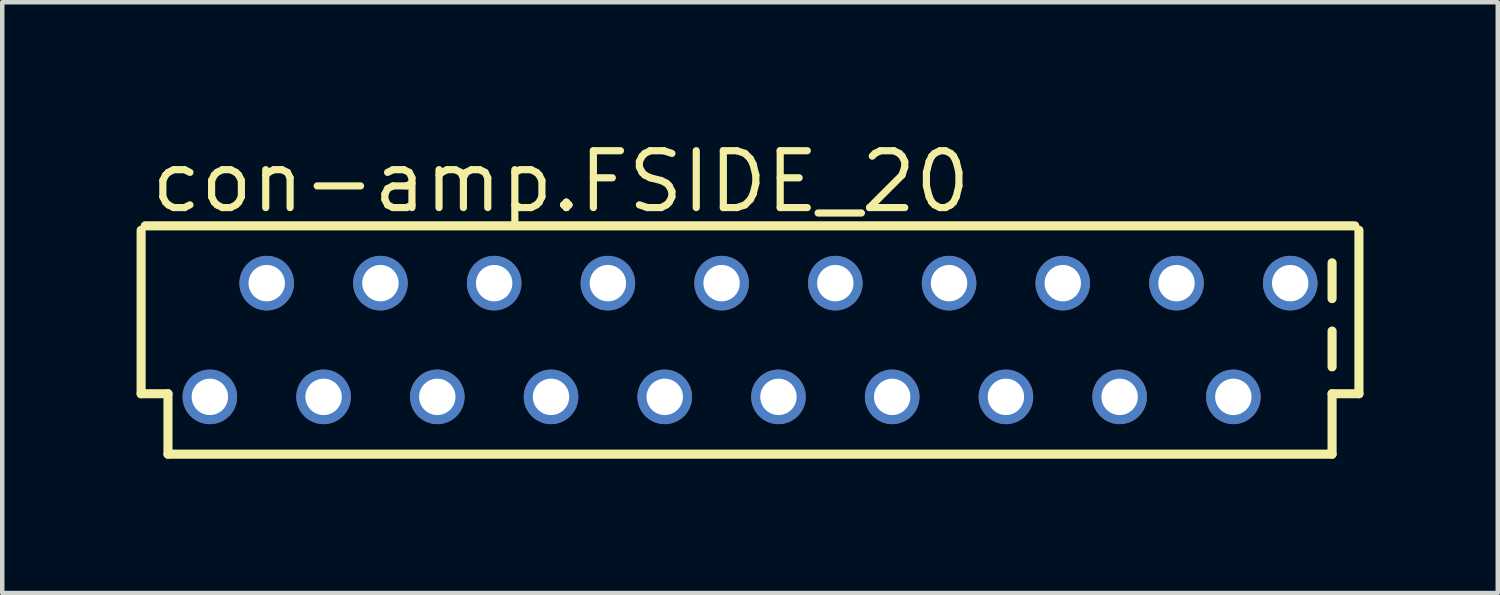
<source format=kicad_pcb>
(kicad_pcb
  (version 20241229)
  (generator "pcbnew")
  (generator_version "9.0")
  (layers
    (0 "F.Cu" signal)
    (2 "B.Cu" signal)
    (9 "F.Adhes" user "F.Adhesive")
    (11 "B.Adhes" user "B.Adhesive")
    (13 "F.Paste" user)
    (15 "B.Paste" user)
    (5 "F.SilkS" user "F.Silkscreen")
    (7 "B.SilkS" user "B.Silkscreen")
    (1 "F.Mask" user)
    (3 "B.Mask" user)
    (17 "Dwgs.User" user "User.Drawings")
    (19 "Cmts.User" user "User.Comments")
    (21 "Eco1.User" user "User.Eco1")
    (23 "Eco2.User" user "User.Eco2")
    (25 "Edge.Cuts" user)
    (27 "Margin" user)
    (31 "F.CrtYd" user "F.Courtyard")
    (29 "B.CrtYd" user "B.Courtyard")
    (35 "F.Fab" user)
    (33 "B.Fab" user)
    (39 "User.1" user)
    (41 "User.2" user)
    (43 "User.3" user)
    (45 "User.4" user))
  (footprint "con-amp.FSIDE_20"
    (layer "F.Cu")
    (at 13.702 4.544)
    (property "Reference" "con-amp.FSIDE_20" (at -13.462 -2.794 0) (layer "F.SilkS") (effects (font (size 1.27 1.27) (thickness 0.16)) (justify left bottom)))
    (attr through_hole)
    (fp_line (start -13.6 -2.451) (end -13.6 1.2) (stroke (width 0.203) (type default)) (layer "F.SilkS"))
    (fp_line (start -13.6 1.2) (end -13 1.2) (stroke (width 0.203) (type default)) (layer "F.SilkS"))
    (fp_line (start -13 1.2) (end -13 2.55) (stroke (width 0.203) (type default)) (layer "F.SilkS"))
    (fp_line (start -13 2.55) (end 13 2.55) (stroke (width 0.203) (type default)) (layer "F.SilkS"))
    (fp_line (start 13 -1.724) (end 13 -0.924) (stroke (width 0.203) (type default)) (layer "F.SilkS"))
    (fp_line (start 13 -0.2) (end 13 0.6) (stroke (width 0.203) (type default)) (layer "F.SilkS"))
    (fp_line (start 13 1.2) (end 13.6 1.2) (stroke (width 0.203) (type default)) (layer "F.SilkS"))
    (fp_line (start 13 2.55) (end 13 1.2) (stroke (width 0.203) (type default)) (layer "F.SilkS"))
    (fp_line (start 13.508 -2.55) (end -13.508 -2.55) (stroke (width 0.203) (type default)) (layer "F.SilkS"))
    (fp_line (start 13.6 1.2) (end 13.6 -2.451) (stroke (width 0.203) (type default)) (layer "F.SilkS"))
    (pad "1" thru_hole circle (at -12.065 1.27) (size 1.219 1.219) (drill 0.813) (layers "*.Cu" "*.Mask"))
    (pad "2" thru_hole circle (at -10.795 -1.27) (size 1.219 1.219) (drill 0.813) (layers "*.Cu" "*.Mask"))
    (pad "3" thru_hole circle (at -9.525 1.27) (size 1.219 1.219) (drill 0.813) (layers "*.Cu" "*.Mask"))
    (pad "4" thru_hole circle (at -8.255 -1.27) (size 1.219 1.219) (drill 0.813) (layers "*.Cu" "*.Mask"))
    (pad "5" thru_hole circle (at -6.985 1.27) (size 1.219 1.219) (drill 0.813) (layers "*.Cu" "*.Mask"))
    (pad "6" thru_hole circle (at -5.715 -1.27) (size 1.219 1.219) (drill 0.813) (layers "*.Cu" "*.Mask"))
    (pad "7" thru_hole circle (at -4.445 1.27) (size 1.219 1.219) (drill 0.813) (layers "*.Cu" "*.Mask"))
    (pad "8" thru_hole circle (at -3.175 -1.27) (size 1.219 1.219) (drill 0.813) (layers "*.Cu" "*.Mask"))
    (pad "9" thru_hole circle (at -1.905 1.27) (size 1.219 1.219) (drill 0.813) (layers "*.Cu" "*.Mask"))
    (pad "10" thru_hole circle (at -0.635 -1.27) (size 1.219 1.219) (drill 0.813) (layers "*.Cu" "*.Mask"))
    (pad "11" thru_hole circle (at 0.635 1.27) (size 1.219 1.219) (drill 0.813) (layers "*.Cu" "*.Mask"))
    (pad "12" thru_hole circle (at 1.905 -1.27) (size 1.219 1.219) (drill 0.813) (layers "*.Cu" "*.Mask"))
    (pad "13" thru_hole circle (at 3.175 1.27) (size 1.219 1.219) (drill 0.813) (layers "*.Cu" "*.Mask"))
    (pad "14" thru_hole circle (at 4.445 -1.27) (size 1.219 1.219) (drill 0.813) (layers "*.Cu" "*.Mask"))
    (pad "15" thru_hole circle (at 5.715 1.27) (size 1.219 1.219) (drill 0.813) (layers "*.Cu" "*.Mask"))
    (pad "16" thru_hole circle (at 6.985 -1.27) (size 1.219 1.219) (drill 0.813) (layers "*.Cu" "*.Mask"))
    (pad "17" thru_hole circle (at 8.255 1.27) (size 1.219 1.219) (drill 0.813) (layers "*.Cu" "*.Mask"))
    (pad "18" thru_hole circle (at 9.525 -1.27) (size 1.219 1.219) (drill 0.813) (layers "*.Cu" "*.Mask"))
    (pad "19" thru_hole circle (at 10.795 1.27) (size 1.219 1.219) (drill 0.813) (layers "*.Cu" "*.Mask"))
    (pad "20" thru_hole circle (at 12.065 -1.27) (size 1.219 1.219) (drill 0.813) (layers "*.Cu" "*.Mask")))
  (gr_rect
    (start -3 -3)
    (end 30.403 10.196)
    (stroke (width 0.1) (type default))
    (fill no)
    (layer "Edge.Cuts")))
</source>
